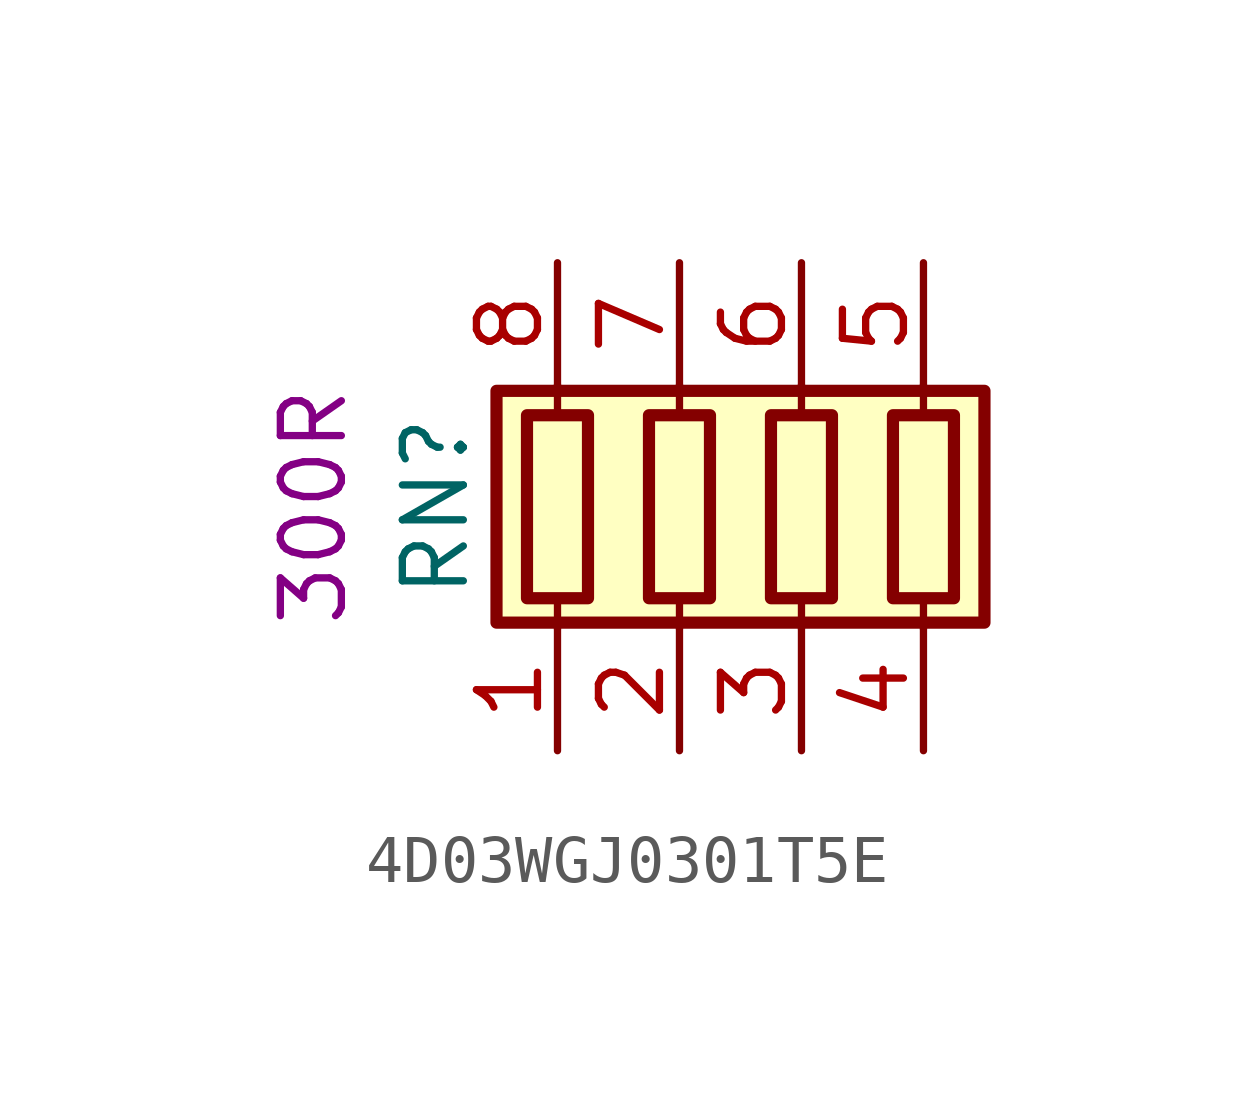
<source format=kicad_sym>
(kicad_symbol_lib
  (version 20220914)
  (generator kicad_symbol_editor)
  (symbol "4D03WGJ0301T5E"
    (pin_names
      (offset 0) hide)
    (property "Reference" "RN"
      (at -7.62 0 90)
      (effects (font (size 1.27 1.27))))
    (property "UserValue" "300R"
      (at -10.16 0 90)
      (effects (font (size 1.27 1.27))))
    (symbol "4D03WGJ0301T5E_0_1"
      (rectangle (start -6.35 2.413) (end 3.81 -2.413) (stroke (width 0.254) (type default)) (fill (type background)))
      (rectangle (start -5.715 1.905) (end -4.445 -1.905) (stroke (width 0.254) (type default)) (fill (type none)))
      (rectangle (start -3.175 1.905) (end -1.905 -1.905) (stroke (width 0.254) (type default)) (fill (type none)))
      (rectangle (start -0.635 1.905) (end 0.635 -1.905) (stroke (width 0.254) (type default)) (fill (type none)))
      (polyline (pts (xy -5.08 -2.54) (xy -5.08 -1.905)) (stroke (width 0) (type default)) (fill (type none)))
      (polyline (pts (xy -5.08 1.905) (xy -5.08 2.54)) (stroke (width 0) (type default)) (fill (type none)))
      (polyline (pts (xy -2.54 -2.54) (xy -2.54 -1.905)) (stroke (width 0) (type default)) (fill (type none)))
      (polyline (pts (xy -2.54 1.905) (xy -2.54 2.54)) (stroke (width 0) (type default)) (fill (type none)))
      (polyline (pts (xy 0 -2.54) (xy 0 -1.905)) (stroke (width 0) (type default)) (fill (type none)))
      (polyline (pts (xy 0 1.905) (xy 0 2.54)) (stroke (width 0) (type default)) (fill (type none)))
      (polyline (pts (xy 2.54 -2.54) (xy 2.54 -1.905)) (stroke (width 0) (type default)) (fill (type none)))
      (polyline (pts (xy 2.54 1.905) (xy 2.54 2.54)) (stroke (width 0) (type default)) (fill (type none)))
      (rectangle (start 1.905 1.905) (end 3.175 -1.905) (stroke (width 0.254) (type default)) (fill (type none))))
    (symbol "4D03WGJ0301T5E_1_1"
      (pin passive line (at -5.08 -5.08 90) (length 2.54) (name "R1.1" (effects (font (size 1.27 1.27)))) (number "1" (effects (font (size 1.27 1.27)))))
      (pin passive line (at -2.54 -5.08 90) (length 2.54) (name "R2.1" (effects (font (size 1.27 1.27)))) (number "2" (effects (font (size 1.27 1.27)))))
      (pin passive line (at 0 -5.08 90) (length 2.54) (name "R3.1" (effects (font (size 1.27 1.27)))) (number "3" (effects (font (size 1.27 1.27)))))
      (pin passive line (at 2.54 -5.08 90) (length 2.54) (name "R4.1" (effects (font (size 1.27 1.27)))) (number "4" (effects (font (size 1.27 1.27)))))
      (pin passive line (at 2.54 5.08 270) (length 2.54) (name "R4.2" (effects (font (size 1.27 1.27)))) (number "5" (effects (font (size 1.27 1.27)))))
      (pin passive line (at 0 5.08 270) (length 2.54) (name "R3.2" (effects (font (size 1.27 1.27)))) (number "6" (effects (font (size 1.27 1.27)))))
      (pin passive line (at -2.54 5.08 270) (length 2.54) (name "R2.2" (effects (font (size 1.27 1.27)))) (number "7" (effects (font (size 1.27 1.27)))))
      (pin passive line (at -5.08 5.08 270) (length 2.54) (name "R1.2" (effects (font (size 1.27 1.27)))) (number "8" (effects (font (size 1.27 1.27))))))))
</source>
